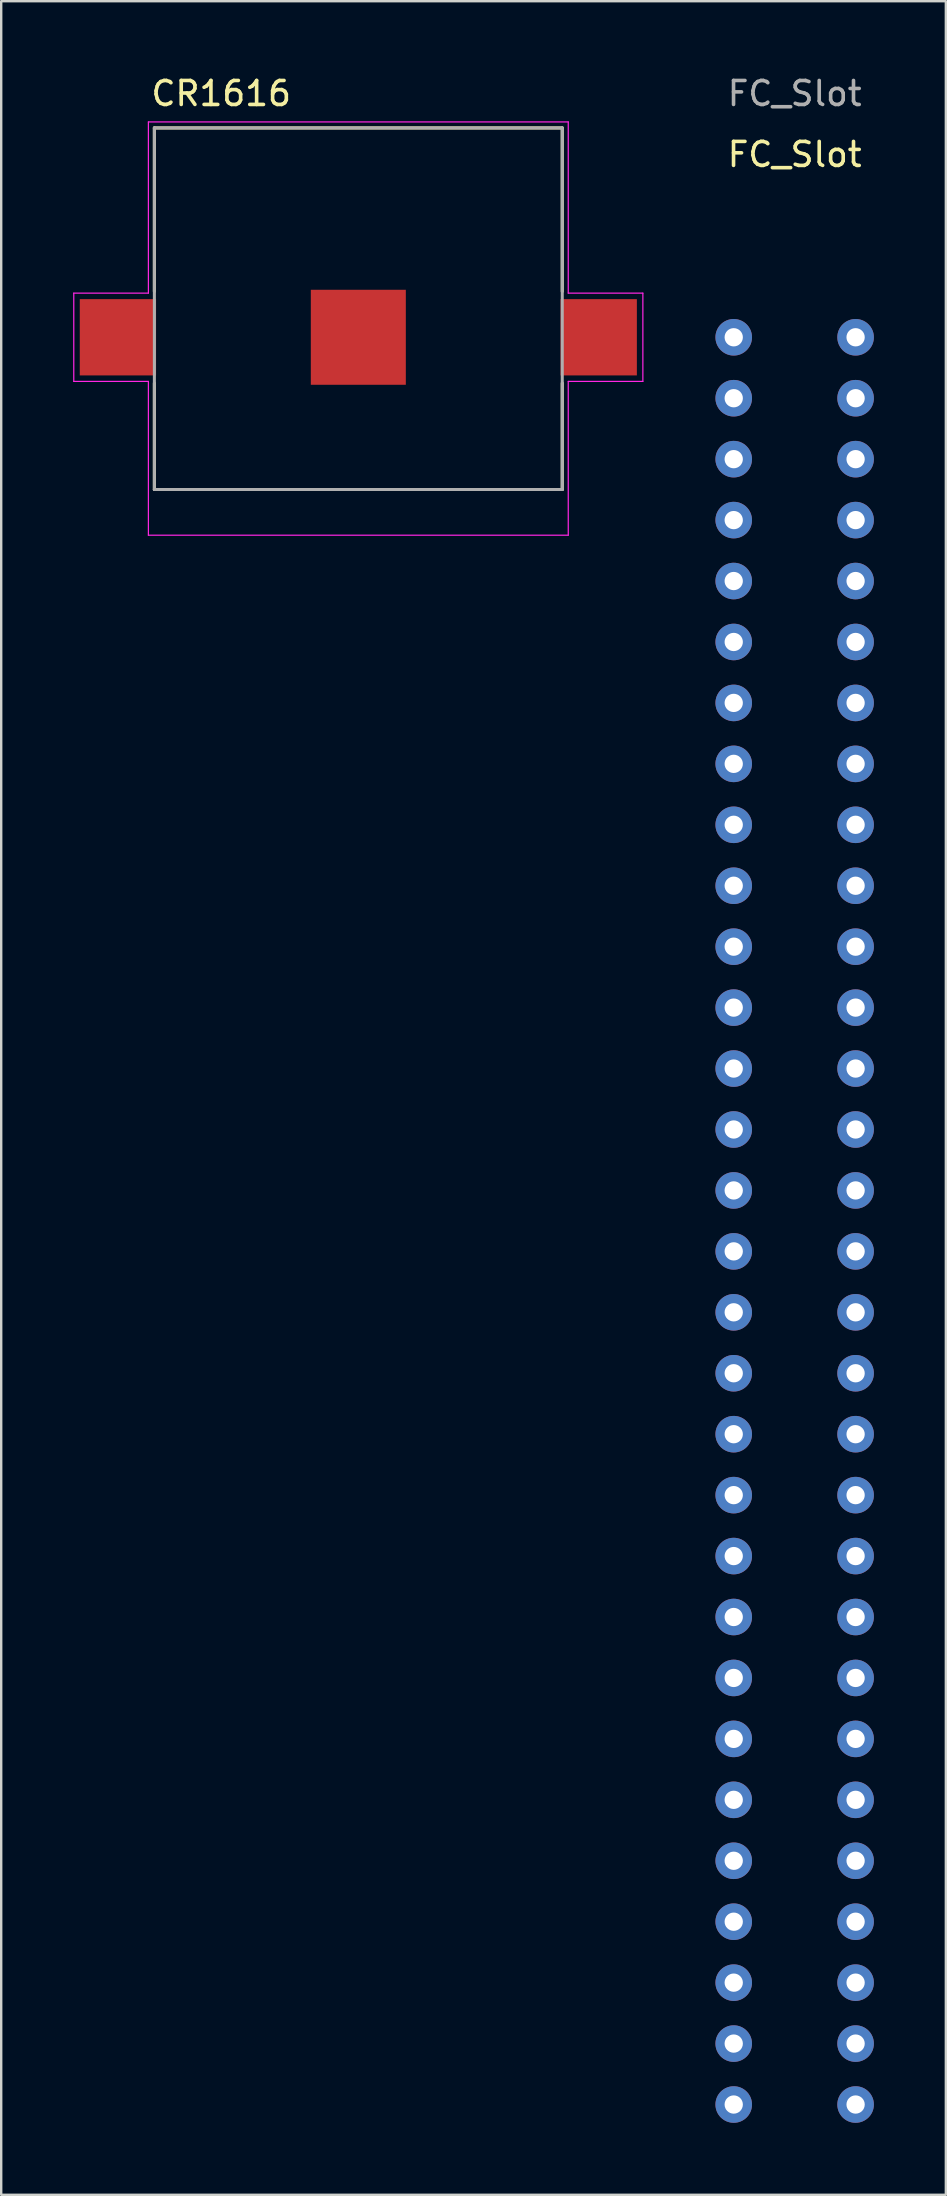
<source format=kicad_pcb>
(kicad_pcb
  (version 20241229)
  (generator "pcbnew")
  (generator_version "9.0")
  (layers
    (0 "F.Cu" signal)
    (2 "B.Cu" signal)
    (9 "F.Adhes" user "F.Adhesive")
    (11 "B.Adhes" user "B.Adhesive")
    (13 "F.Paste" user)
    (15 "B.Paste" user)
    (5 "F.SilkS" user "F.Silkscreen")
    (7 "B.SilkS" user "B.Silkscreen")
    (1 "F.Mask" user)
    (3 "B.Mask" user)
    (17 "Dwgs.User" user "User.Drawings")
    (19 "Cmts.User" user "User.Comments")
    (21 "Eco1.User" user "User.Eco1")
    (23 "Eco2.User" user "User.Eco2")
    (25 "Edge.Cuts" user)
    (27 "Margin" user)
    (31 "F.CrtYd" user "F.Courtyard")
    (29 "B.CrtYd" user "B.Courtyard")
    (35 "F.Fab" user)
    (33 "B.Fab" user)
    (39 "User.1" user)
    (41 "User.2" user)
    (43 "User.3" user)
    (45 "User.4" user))
  (footprint "CR1616"
    (layer "F.Cu")
    (at 11.885 11.008)
    (property "Reference" "CR1616" (at -5.715 -10.16 0) (layer "F.SilkS") (effects (font (size 1 1) (thickness 0.15))))
    (attr smd)
    (fp_line (start -8.5 -8.725) (end 8.5 -8.725) (stroke (width 0.127) (type solid)) (layer "F.SilkS"))
    (fp_line (start -8.5 -1.91) (end -8.5 -8.725) (stroke (width 0.127) (type solid)) (layer "F.SilkS"))
    (fp_line (start -8.5 6.345) (end -8.5 1.91) (stroke (width 0.127) (type solid)) (layer "F.SilkS"))
    (fp_line (start 8.5 -8.725) (end 8.5 -1.91) (stroke (width 0.127) (type solid)) (layer "F.SilkS"))
    (fp_line (start 8.5 6.345) (end -8.5 6.345) (stroke (width 0.127) (type solid)) (layer "F.SilkS"))
    (fp_line (start 8.5 6.345) (end 8.5 1.91) (stroke (width 0.127) (type solid)) (layer "F.SilkS"))
    (fp_line (start -11.86 -1.84) (end -11.86 1.84) (stroke (width 0.05) (type solid)) (layer "F.CrtYd"))
    (fp_line (start -11.86 1.84) (end -8.75 1.84) (stroke (width 0.05) (type solid)) (layer "F.CrtYd"))
    (fp_line (start -8.75 -8.975) (end -8.75 -1.84) (stroke (width 0.05) (type solid)) (layer "F.CrtYd"))
    (fp_line (start -8.75 -1.84) (end -11.86 -1.84) (stroke (width 0.05) (type solid)) (layer "F.CrtYd"))
    (fp_line (start -8.75 1.84) (end -8.75 8.25) (stroke (width 0.05) (type solid)) (layer "F.CrtYd"))
    (fp_line (start -8.75 8.25) (end 8.75 8.25) (stroke (width 0.05) (type solid)) (layer "F.CrtYd"))
    (fp_line (start 8.75 -8.975) (end -8.75 -8.975) (stroke (width 0.05) (type solid)) (layer "F.CrtYd"))
    (fp_line (start 8.75 -1.84) (end 8.75 -8.975) (stroke (width 0.05) (type solid)) (layer "F.CrtYd"))
    (fp_line (start 8.75 -1.84) (end 11.86 -1.84) (stroke (width 0.05) (type solid)) (layer "F.CrtYd"))
    (fp_line (start 8.75 8.25) (end 8.75 1.84) (stroke (width 0.05) (type solid)) (layer "F.CrtYd"))
    (fp_line (start 11.86 -1.84) (end 11.86 1.84) (stroke (width 0.05) (type solid)) (layer "F.CrtYd"))
    (fp_line (start 11.86 1.84) (end 8.75 1.84) (stroke (width 0.05) (type solid)) (layer "F.CrtYd"))
    (fp_line (start -8.5 -8.725) (end 8.5 -8.725) (stroke (width 0.127) (type solid)) (layer "F.Fab"))
    (fp_line (start -8.5 6.345) (end -8.5 -8.725) (stroke (width 0.127) (type solid)) (layer "F.Fab"))
    (fp_line (start 8.5 -8.725) (end 8.5 6.345) (stroke (width 0.127) (type solid)) (layer "F.Fab"))
    (fp_line (start 8.5 6.345) (end -8.5 6.345) (stroke (width 0.127) (type solid)) (layer "F.Fab"))
    (pad "1" smd rect (at -10.02 0) (size 3.18 3.18) (layers "F.Cu" "F.Mask" "F.Paste"))
    (pad "1" smd rect (at 10.02 0) (size 3.18 3.18) (layers "F.Cu" "F.Mask" "F.Paste"))
    (pad "2" smd rect (at 0 0) (size 3.96 3.96) (layers "F.Cu" "F.Mask")))
  (footprint "FC_Slot"
    (layer "F.Cu")
    (at 30.072 44.028)
    (property "Reference" "FC_Slot" (at 0 -40.64 0) (unlocked yes) (layer "F.SilkS") (effects (font (size 1 1) (thickness 0.15))))
    (attr through_hole)
    (fp_text user "${REFERENCE}" (at 0 -43.18 0) (unlocked yes) (layer "F.Fab") (effects (font (size 1 1) (thickness 0.15))))
    (pad "1" thru_hole circle (at -2.54 -33.02) (size 1.524 1.524) (drill 0.762) (layers "*.Cu" "*.Mask"))
    (pad "2" thru_hole circle (at -2.54 -30.48) (size 1.524 1.524) (drill 0.762) (layers "*.Cu" "*.Mask"))
    (pad "3" thru_hole circle (at -2.54 -27.94) (size 1.524 1.524) (drill 0.762) (layers "*.Cu" "*.Mask"))
    (pad "4" thru_hole circle (at -2.54 -25.4) (size 1.524 1.524) (drill 0.762) (layers "*.Cu" "*.Mask"))
    (pad "5" thru_hole circle (at -2.54 -22.86) (size 1.524 1.524) (drill 0.762) (layers "*.Cu" "*.Mask"))
    (pad "6" thru_hole circle (at -2.54 -20.32) (size 1.524 1.524) (drill 0.762) (layers "*.Cu" "*.Mask"))
    (pad "7" thru_hole circle (at -2.54 -17.78) (size 1.524 1.524) (drill 0.762) (layers "*.Cu" "*.Mask"))
    (pad "8" thru_hole circle (at -2.54 -15.24) (size 1.524 1.524) (drill 0.762) (layers "*.Cu" "*.Mask"))
    (pad "9" thru_hole circle (at -2.54 -12.7) (size 1.524 1.524) (drill 0.762) (layers "*.Cu" "*.Mask"))
    (pad "10" thru_hole circle (at -2.54 -10.16) (size 1.524 1.524) (drill 0.762) (layers "*.Cu" "*.Mask"))
    (pad "11" thru_hole circle (at -2.54 -7.62) (size 1.524 1.524) (drill 0.762) (layers "*.Cu" "*.Mask"))
    (pad "12" thru_hole circle (at -2.54 -5.08) (size 1.524 1.524) (drill 0.762) (layers "*.Cu" "*.Mask"))
    (pad "13" thru_hole circle (at -2.54 -2.54) (size 1.524 1.524) (drill 0.762) (layers "*.Cu" "*.Mask"))
    (pad "14" thru_hole circle (at -2.54 0) (size 1.524 1.524) (drill 0.762) (layers "*.Cu" "*.Mask"))
    (pad "15" thru_hole circle (at -2.54 2.54) (size 1.524 1.524) (drill 0.762) (layers "*.Cu" "*.Mask"))
    (pad "16" thru_hole circle (at -2.54 5.08) (size 1.524 1.524) (drill 0.762) (layers "*.Cu" "*.Mask"))
    (pad "17" thru_hole circle (at -2.54 7.62) (size 1.524 1.524) (drill 0.762) (layers "*.Cu" "*.Mask"))
    (pad "18" thru_hole circle (at -2.54 10.16) (size 1.524 1.524) (drill 0.762) (layers "*.Cu" "*.Mask"))
    (pad "19" thru_hole circle (at -2.54 12.7) (size 1.524 1.524) (drill 0.762) (layers "*.Cu" "*.Mask"))
    (pad "20" thru_hole circle (at -2.54 15.24) (size 1.524 1.524) (drill 0.762) (layers "*.Cu" "*.Mask"))
    (pad "21" thru_hole circle (at -2.54 17.78) (size 1.524 1.524) (drill 0.762) (layers "*.Cu" "*.Mask"))
    (pad "22" thru_hole circle (at -2.54 20.32) (size 1.524 1.524) (drill 0.762) (layers "*.Cu" "*.Mask"))
    (pad "23" thru_hole circle (at -2.54 22.86) (size 1.524 1.524) (drill 0.762) (layers "*.Cu" "*.Mask"))
    (pad "24" thru_hole circle (at -2.54 25.4) (size 1.524 1.524) (drill 0.762) (layers "*.Cu" "*.Mask"))
    (pad "25" thru_hole circle (at -2.54 27.94) (size 1.524 1.524) (drill 0.762) (layers "*.Cu" "*.Mask"))
    (pad "26" thru_hole circle (at -2.54 30.48) (size 1.524 1.524) (drill 0.762) (layers "*.Cu" "*.Mask"))
    (pad "27" thru_hole circle (at -2.54 33.02) (size 1.524 1.524) (drill 0.762) (layers "*.Cu" "*.Mask"))
    (pad "28" thru_hole circle (at -2.54 35.56) (size 1.524 1.524) (drill 0.762) (layers "*.Cu" "*.Mask"))
    (pad "29" thru_hole circle (at -2.54 38.1) (size 1.524 1.524) (drill 0.762) (layers "*.Cu" "*.Mask"))
    (pad "30" thru_hole circle (at -2.54 40.64) (size 1.524 1.524) (drill 0.762) (layers "*.Cu" "*.Mask"))
    (pad "31" thru_hole circle (at 2.54 -33.02) (size 1.524 1.524) (drill 0.762) (layers "*.Cu" "*.Mask"))
    (pad "32" thru_hole circle (at 2.54 -30.48) (size 1.524 1.524) (drill 0.762) (layers "*.Cu" "*.Mask"))
    (pad "33" thru_hole circle (at 2.54 -27.94) (size 1.524 1.524) (drill 0.762) (layers "*.Cu" "*.Mask"))
    (pad "34" thru_hole circle (at 2.54 -25.4) (size 1.524 1.524) (drill 0.762) (layers "*.Cu" "*.Mask"))
    (pad "35" thru_hole circle (at 2.54 -22.86) (size 1.524 1.524) (drill 0.762) (layers "*.Cu" "*.Mask"))
    (pad "36" thru_hole circle (at 2.54 -20.32) (size 1.524 1.524) (drill 0.762) (layers "*.Cu" "*.Mask"))
    (pad "37" thru_hole circle (at 2.54 -17.78) (size 1.524 1.524) (drill 0.762) (layers "*.Cu" "*.Mask"))
    (pad "38" thru_hole circle (at 2.54 -15.24) (size 1.524 1.524) (drill 0.762) (layers "*.Cu" "*.Mask"))
    (pad "39" thru_hole circle (at 2.54 -12.7) (size 1.524 1.524) (drill 0.762) (layers "*.Cu" "*.Mask"))
    (pad "40" thru_hole circle (at 2.54 -10.16) (size 1.524 1.524) (drill 0.762) (layers "*.Cu" "*.Mask"))
    (pad "41" thru_hole circle (at 2.54 -7.62) (size 1.524 1.524) (drill 0.762) (layers "*.Cu" "*.Mask"))
    (pad "42" thru_hole circle (at 2.54 -5.08) (size 1.524 1.524) (drill 0.762) (layers "*.Cu" "*.Mask"))
    (pad "43" thru_hole circle (at 2.54 -2.54) (size 1.524 1.524) (drill 0.762) (layers "*.Cu" "*.Mask"))
    (pad "44" thru_hole circle (at 2.54 0) (size 1.524 1.524) (drill 0.762) (layers "*.Cu" "*.Mask"))
    (pad "45" thru_hole circle (at 2.54 2.54) (size 1.524 1.524) (drill 0.762) (layers "*.Cu" "*.Mask"))
    (pad "46" thru_hole circle (at 2.54 5.08) (size 1.524 1.524) (drill 0.762) (layers "*.Cu" "*.Mask"))
    (pad "47" thru_hole circle (at 2.54 7.62) (size 1.524 1.524) (drill 0.762) (layers "*.Cu" "*.Mask"))
    (pad "48" thru_hole circle (at 2.54 10.16) (size 1.524 1.524) (drill 0.762) (layers "*.Cu" "*.Mask"))
    (pad "49" thru_hole circle (at 2.54 12.7) (size 1.524 1.524) (drill 0.762) (layers "*.Cu" "*.Mask"))
    (pad "50" thru_hole circle (at 2.54 15.24) (size 1.524 1.524) (drill 0.762) (layers "*.Cu" "*.Mask"))
    (pad "51" thru_hole circle (at 2.54 17.78) (size 1.524 1.524) (drill 0.762) (layers "*.Cu" "*.Mask"))
    (pad "52" thru_hole circle (at 2.54 20.32) (size 1.524 1.524) (drill 0.762) (layers "*.Cu" "*.Mask"))
    (pad "53" thru_hole circle (at 2.54 22.86) (size 1.524 1.524) (drill 0.762) (layers "*.Cu" "*.Mask"))
    (pad "54" thru_hole circle (at 2.54 25.4) (size 1.524 1.524) (drill 0.762) (layers "*.Cu" "*.Mask"))
    (pad "55" thru_hole circle (at 2.54 27.94) (size 1.524 1.524) (drill 0.762) (layers "*.Cu" "*.Mask"))
    (pad "56" thru_hole circle (at 2.54 30.48) (size 1.524 1.524) (drill 0.762) (layers "*.Cu" "*.Mask"))
    (pad "57" thru_hole circle (at 2.54 33.02) (size 1.524 1.524) (drill 0.762) (layers "*.Cu" "*.Mask"))
    (pad "58" thru_hole circle (at 2.54 35.56) (size 1.524 1.524) (drill 0.762) (layers "*.Cu" "*.Mask"))
    (pad "59" thru_hole circle (at 2.54 38.1) (size 1.524 1.524) (drill 0.762) (layers "*.Cu" "*.Mask"))
    (pad "60" thru_hole circle (at 2.54 40.64) (size 1.524 1.524) (drill 0.762) (layers "*.Cu" "*.Mask")))
  (gr_rect
    (start -3 -3)
    (end 36.374 88.43)
    (stroke (width 0.1) (type default))
    (fill no)
    (layer "Edge.Cuts")))
</source>
